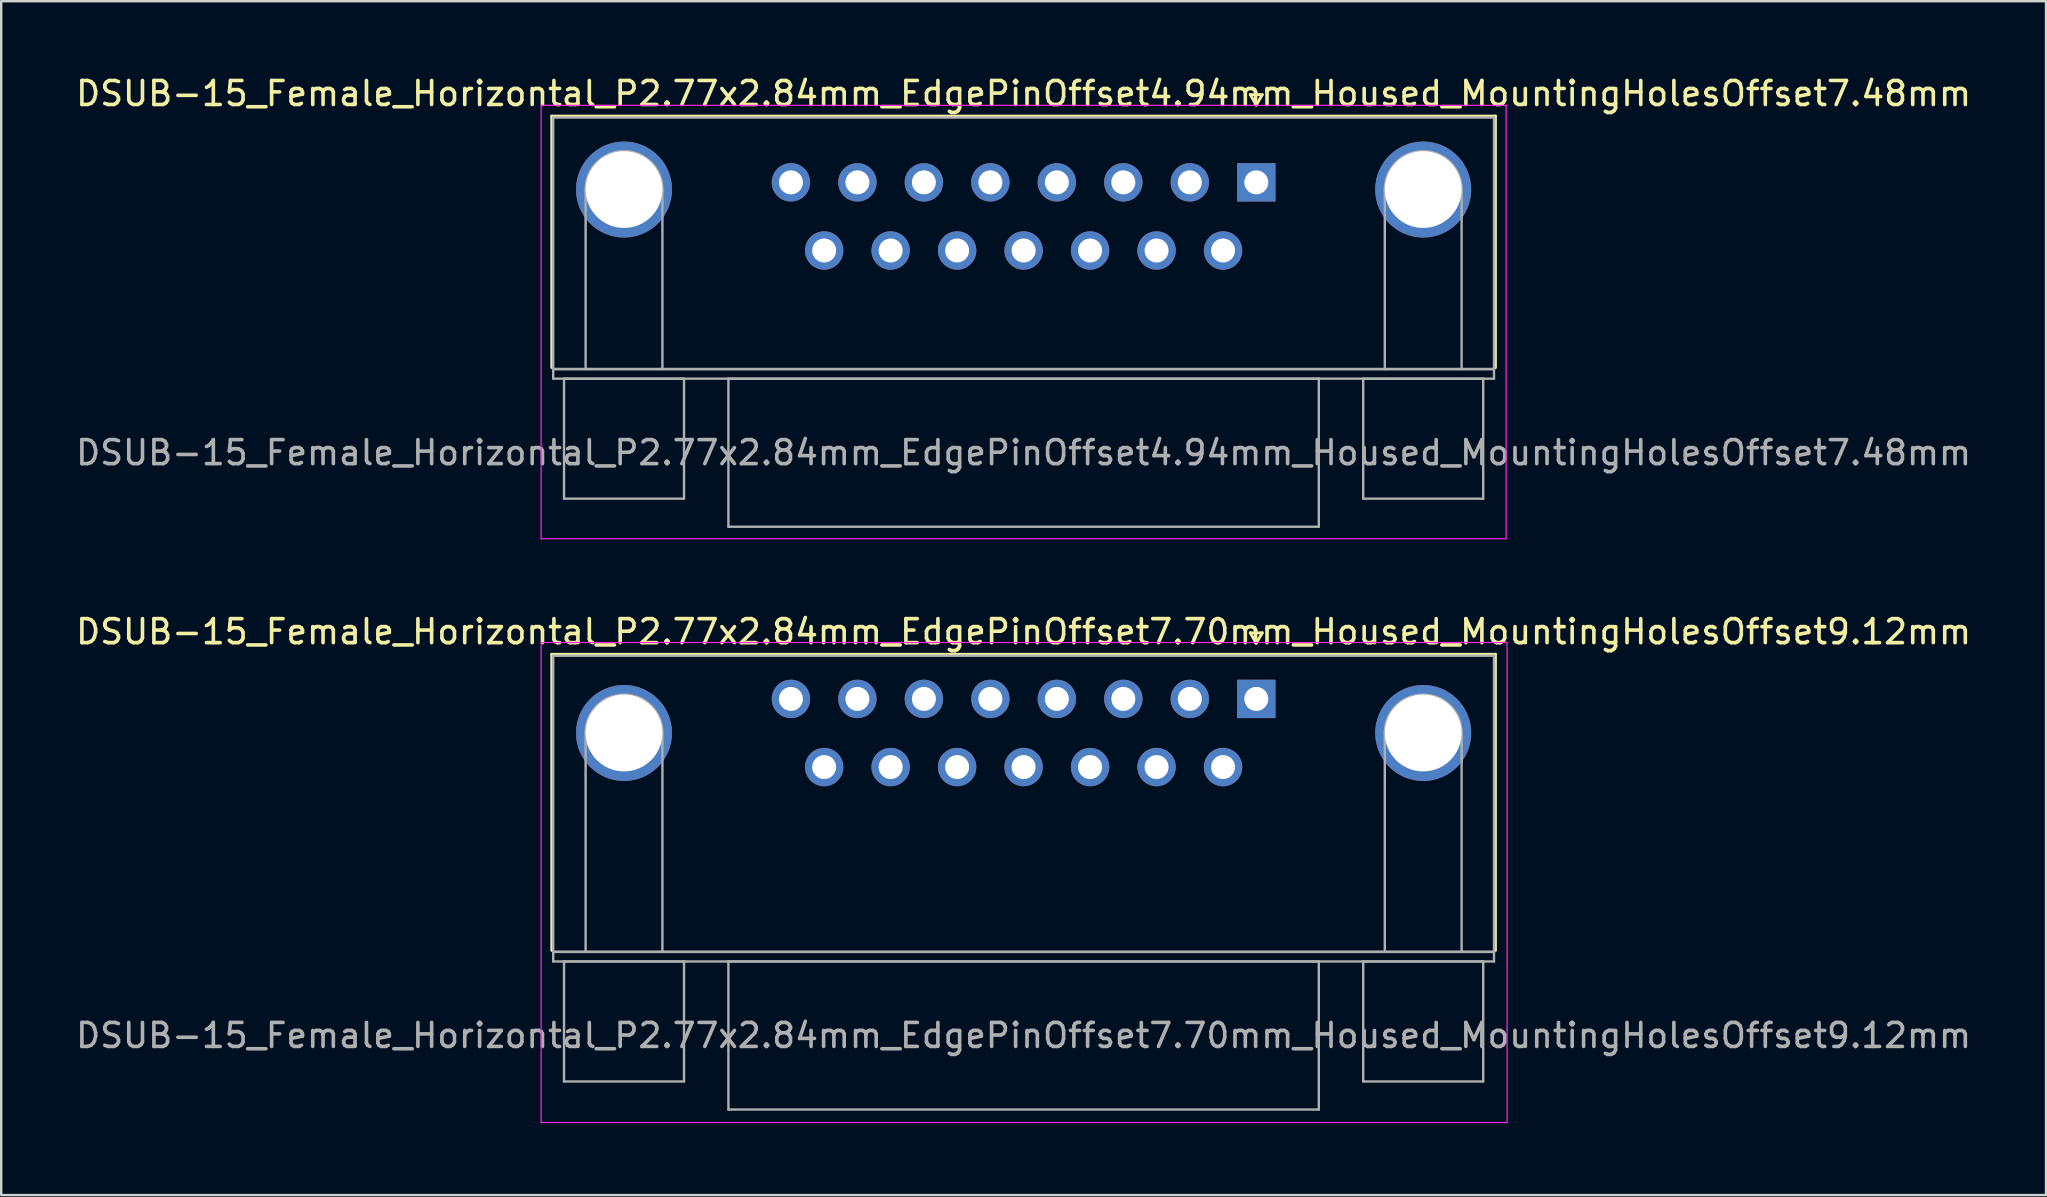
<source format=kicad_pcb>
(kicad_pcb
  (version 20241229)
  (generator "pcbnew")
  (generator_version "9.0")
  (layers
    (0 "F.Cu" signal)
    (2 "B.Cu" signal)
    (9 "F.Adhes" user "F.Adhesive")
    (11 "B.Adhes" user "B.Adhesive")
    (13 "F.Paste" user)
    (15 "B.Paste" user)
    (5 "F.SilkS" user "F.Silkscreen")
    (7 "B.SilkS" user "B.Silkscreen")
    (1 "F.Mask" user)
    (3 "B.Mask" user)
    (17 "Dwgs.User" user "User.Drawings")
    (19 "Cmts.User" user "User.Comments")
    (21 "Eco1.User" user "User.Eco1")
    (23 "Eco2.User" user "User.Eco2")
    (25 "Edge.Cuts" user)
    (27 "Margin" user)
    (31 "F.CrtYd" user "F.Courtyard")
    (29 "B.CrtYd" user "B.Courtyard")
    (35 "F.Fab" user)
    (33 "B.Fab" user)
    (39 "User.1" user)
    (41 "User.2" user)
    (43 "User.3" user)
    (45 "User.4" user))
  (footprint "DSUB-15_Female_Horizontal_P2.77x2.84mm_EdgePinOffset7.70mm_Housed_MountingHolesOffset9.12mm"
    (layer "F.Cu")
    (at 49.296 26.072)
    (property "Reference" "DSUB-15_Female_Horizontal_P2.77x2.84mm_EdgePinOffset7.70mm_Housed_MountingHolesOffset9.12mm" (at -9.695 -2.8 0) (layer "F.SilkS") (effects (font (size 1 1) (thickness 0.15))))
    (attr through_hole)
    (fp_line (start -29.355 -1.86) (end 9.965 -1.86) (stroke (width 0.12) (type solid)) (layer "F.SilkS"))
    (fp_line (start -29.355 10.48) (end -29.355 -1.86) (stroke (width 0.12) (type solid)) (layer "F.SilkS"))
    (fp_line (start -0.25 -2.754) (end 0.25 -2.754) (stroke (width 0.12) (type solid)) (layer "F.SilkS"))
    (fp_line (start 0 -2.321) (end -0.25 -2.754) (stroke (width 0.12) (type solid)) (layer "F.SilkS"))
    (fp_line (start 0.25 -2.754) (end 0 -2.321) (stroke (width 0.12) (type solid)) (layer "F.SilkS"))
    (fp_line (start 9.965 -1.86) (end 9.965 10.48) (stroke (width 0.12) (type solid)) (layer "F.SilkS"))
    (fp_line (start -29.8 -2.35) (end -29.8 17.65) (stroke (width 0.05) (type solid)) (layer "F.CrtYd"))
    (fp_line (start -29.8 17.65) (end 10.45 17.65) (stroke (width 0.05) (type solid)) (layer "F.CrtYd"))
    (fp_line (start 10.45 -2.35) (end -29.8 -2.35) (stroke (width 0.05) (type solid)) (layer "F.CrtYd"))
    (fp_line (start 10.45 17.65) (end 10.45 -2.35) (stroke (width 0.05) (type solid)) (layer "F.CrtYd"))
    (fp_line (start -29.295 -1.8) (end -29.295 10.54) (stroke (width 0.1) (type solid)) (layer "F.Fab"))
    (fp_line (start -29.295 10.54) (end -29.295 10.94) (stroke (width 0.1) (type solid)) (layer "F.Fab"))
    (fp_line (start -29.295 10.54) (end 9.905 10.54) (stroke (width 0.1) (type solid)) (layer "F.Fab"))
    (fp_line (start -29.295 10.94) (end 9.905 10.94) (stroke (width 0.1) (type solid)) (layer "F.Fab"))
    (fp_line (start -28.845 10.94) (end -28.845 15.94) (stroke (width 0.1) (type solid)) (layer "F.Fab"))
    (fp_line (start -28.845 15.94) (end -23.845 15.94) (stroke (width 0.1) (type solid)) (layer "F.Fab"))
    (fp_line (start -27.945 10.54) (end -27.945 1.42) (stroke (width 0.1) (type solid)) (layer "F.Fab"))
    (fp_line (start -24.745 10.54) (end -24.745 1.42) (stroke (width 0.1) (type solid)) (layer "F.Fab"))
    (fp_line (start -23.845 10.94) (end -28.845 10.94) (stroke (width 0.1) (type solid)) (layer "F.Fab"))
    (fp_line (start -23.845 15.94) (end -23.845 10.94) (stroke (width 0.1) (type solid)) (layer "F.Fab"))
    (fp_line (start -21.995 10.94) (end -21.995 17.11) (stroke (width 0.1) (type solid)) (layer "F.Fab"))
    (fp_line (start -21.995 17.11) (end 2.605 17.11) (stroke (width 0.1) (type solid)) (layer "F.Fab"))
    (fp_line (start 2.605 10.94) (end -21.995 10.94) (stroke (width 0.1) (type solid)) (layer "F.Fab"))
    (fp_line (start 2.605 17.11) (end 2.605 10.94) (stroke (width 0.1) (type solid)) (layer "F.Fab"))
    (fp_line (start 4.455 10.94) (end 4.455 15.94) (stroke (width 0.1) (type solid)) (layer "F.Fab"))
    (fp_line (start 4.455 15.94) (end 9.455 15.94) (stroke (width 0.1) (type solid)) (layer "F.Fab"))
    (fp_line (start 5.355 10.54) (end 5.355 1.42) (stroke (width 0.1) (type solid)) (layer "F.Fab"))
    (fp_line (start 8.555 10.54) (end 8.555 1.42) (stroke (width 0.1) (type solid)) (layer "F.Fab"))
    (fp_line (start 9.455 10.94) (end 4.455 10.94) (stroke (width 0.1) (type solid)) (layer "F.Fab"))
    (fp_line (start 9.455 15.94) (end 9.455 10.94) (stroke (width 0.1) (type solid)) (layer "F.Fab"))
    (fp_line (start 9.905 -1.8) (end -29.295 -1.8) (stroke (width 0.1) (type solid)) (layer "F.Fab"))
    (fp_line (start 9.905 10.54) (end -29.295 10.54) (stroke (width 0.1) (type solid)) (layer "F.Fab"))
    (fp_line (start 9.905 10.54) (end 9.905 -1.8) (stroke (width 0.1) (type solid)) (layer "F.Fab"))
    (fp_line (start 9.905 10.94) (end 9.905 10.54) (stroke (width 0.1) (type solid)) (layer "F.Fab"))
    (fp_arc (start -27.945 1.42) (mid -26.345 -0.18) (end -24.745 1.42) (stroke (width 0.1) (type solid)) (layer "F.Fab"))
    (fp_arc (start 5.355 1.42) (mid 6.955 -0.18) (end 8.555 1.42) (stroke (width 0.1) (type solid)) (layer "F.Fab"))
    (fp_text user "${REFERENCE}" (at -9.695 14.025 0) (layer "F.Fab") (effects (font (size 1 1) (thickness 0.15))))
    (pad "0" thru_hole circle (at -26.345 1.42) (size 4 4) (drill 3.2) (layers "*.Cu" "*.Mask"))
    (pad "0" thru_hole circle (at 6.955 1.42) (size 4 4) (drill 3.2) (layers "*.Cu" "*.Mask"))
    (pad "1" thru_hole rect (at 0 0) (size 1.6 1.6) (drill 1) (layers "*.Cu" "*.Mask"))
    (pad "2" thru_hole circle (at -2.77 0) (size 1.6 1.6) (drill 1) (layers "*.Cu" "*.Mask"))
    (pad "3" thru_hole circle (at -5.54 0) (size 1.6 1.6) (drill 1) (layers "*.Cu" "*.Mask"))
    (pad "4" thru_hole circle (at -8.31 0) (size 1.6 1.6) (drill 1) (layers "*.Cu" "*.Mask"))
    (pad "5" thru_hole circle (at -11.08 0) (size 1.6 1.6) (drill 1) (layers "*.Cu" "*.Mask"))
    (pad "6" thru_hole circle (at -13.85 0) (size 1.6 1.6) (drill 1) (layers "*.Cu" "*.Mask"))
    (pad "7" thru_hole circle (at -16.62 0) (size 1.6 1.6) (drill 1) (layers "*.Cu" "*.Mask"))
    (pad "8" thru_hole circle (at -19.39 0) (size 1.6 1.6) (drill 1) (layers "*.Cu" "*.Mask"))
    (pad "9" thru_hole circle (at -1.385 2.84) (size 1.6 1.6) (drill 1) (layers "*.Cu" "*.Mask"))
    (pad "10" thru_hole circle (at -4.155 2.84) (size 1.6 1.6) (drill 1) (layers "*.Cu" "*.Mask"))
    (pad "11" thru_hole circle (at -6.925 2.84) (size 1.6 1.6) (drill 1) (layers "*.Cu" "*.Mask"))
    (pad "12" thru_hole circle (at -9.695 2.84) (size 1.6 1.6) (drill 1) (layers "*.Cu" "*.Mask"))
    (pad "13" thru_hole circle (at -12.465 2.84) (size 1.6 1.6) (drill 1) (layers "*.Cu" "*.Mask"))
    (pad "14" thru_hole circle (at -15.235 2.84) (size 1.6 1.6) (drill 1) (layers "*.Cu" "*.Mask"))
    (pad "15" thru_hole circle (at -18.005 2.84) (size 1.6 1.6) (drill 1) (layers "*.Cu" "*.Mask")))
  (footprint "DSUB-15_Female_Horizontal_P2.77x2.84mm_EdgePinOffset4.94mm_Housed_MountingHolesOffset7.48mm"
    (layer "F.Cu")
    (at 49.296 4.548)
    (property "Reference" "DSUB-15_Female_Horizontal_P2.77x2.84mm_EdgePinOffset4.94mm_Housed_MountingHolesOffset7.48mm" (at -9.695 -3.7 0) (layer "F.SilkS") (effects (font (size 1 1) (thickness 0.15))))
    (attr through_hole)
    (fp_line (start -29.355 -2.76) (end 9.965 -2.76) (stroke (width 0.12) (type solid)) (layer "F.SilkS"))
    (fp_line (start -29.355 7.72) (end -29.355 -2.76) (stroke (width 0.12) (type solid)) (layer "F.SilkS"))
    (fp_line (start -0.25 -3.654) (end 0.25 -3.654) (stroke (width 0.12) (type solid)) (layer "F.SilkS"))
    (fp_line (start 0 -3.221) (end -0.25 -3.654) (stroke (width 0.12) (type solid)) (layer "F.SilkS"))
    (fp_line (start 0.25 -3.654) (end 0 -3.221) (stroke (width 0.12) (type solid)) (layer "F.SilkS"))
    (fp_line (start 9.965 -2.76) (end 9.965 7.72) (stroke (width 0.12) (type solid)) (layer "F.SilkS"))
    (fp_line (start -29.8 -3.21) (end -29.8 14.85) (stroke (width 0.05) (type solid)) (layer "F.CrtYd"))
    (fp_line (start -29.8 14.85) (end 10.41 14.85) (stroke (width 0.05) (type solid)) (layer "F.CrtYd"))
    (fp_line (start 10.41 -3.21) (end -29.8 -3.21) (stroke (width 0.05) (type solid)) (layer "F.CrtYd"))
    (fp_line (start 10.41 14.85) (end 10.41 -3.21) (stroke (width 0.05) (type solid)) (layer "F.CrtYd"))
    (fp_line (start -29.295 -2.7) (end -29.295 7.78) (stroke (width 0.1) (type solid)) (layer "F.Fab"))
    (fp_line (start -29.295 7.78) (end -29.295 8.18) (stroke (width 0.1) (type solid)) (layer "F.Fab"))
    (fp_line (start -29.295 7.78) (end 9.905 7.78) (stroke (width 0.1) (type solid)) (layer "F.Fab"))
    (fp_line (start -29.295 8.18) (end 9.905 8.18) (stroke (width 0.1) (type solid)) (layer "F.Fab"))
    (fp_line (start -28.845 8.18) (end -28.845 13.18) (stroke (width 0.1) (type solid)) (layer "F.Fab"))
    (fp_line (start -28.845 13.18) (end -23.845 13.18) (stroke (width 0.1) (type solid)) (layer "F.Fab"))
    (fp_line (start -27.945 7.78) (end -27.945 0.3) (stroke (width 0.1) (type solid)) (layer "F.Fab"))
    (fp_line (start -24.745 7.78) (end -24.745 0.3) (stroke (width 0.1) (type solid)) (layer "F.Fab"))
    (fp_line (start -23.845 8.18) (end -28.845 8.18) (stroke (width 0.1) (type solid)) (layer "F.Fab"))
    (fp_line (start -23.845 13.18) (end -23.845 8.18) (stroke (width 0.1) (type solid)) (layer "F.Fab"))
    (fp_line (start -21.995 8.18) (end -21.995 14.35) (stroke (width 0.1) (type solid)) (layer "F.Fab"))
    (fp_line (start -21.995 14.35) (end 2.605 14.35) (stroke (width 0.1) (type solid)) (layer "F.Fab"))
    (fp_line (start 2.605 8.18) (end -21.995 8.18) (stroke (width 0.1) (type solid)) (layer "F.Fab"))
    (fp_line (start 2.605 14.35) (end 2.605 8.18) (stroke (width 0.1) (type solid)) (layer "F.Fab"))
    (fp_line (start 4.455 8.18) (end 4.455 13.18) (stroke (width 0.1) (type solid)) (layer "F.Fab"))
    (fp_line (start 4.455 13.18) (end 9.455 13.18) (stroke (width 0.1) (type solid)) (layer "F.Fab"))
    (fp_line (start 5.355 7.78) (end 5.355 0.3) (stroke (width 0.1) (type solid)) (layer "F.Fab"))
    (fp_line (start 8.555 7.78) (end 8.555 0.3) (stroke (width 0.1) (type solid)) (layer "F.Fab"))
    (fp_line (start 9.455 8.18) (end 4.455 8.18) (stroke (width 0.1) (type solid)) (layer "F.Fab"))
    (fp_line (start 9.455 13.18) (end 9.455 8.18) (stroke (width 0.1) (type solid)) (layer "F.Fab"))
    (fp_line (start 9.905 -2.7) (end -29.295 -2.7) (stroke (width 0.1) (type solid)) (layer "F.Fab"))
    (fp_line (start 9.905 7.78) (end -29.295 7.78) (stroke (width 0.1) (type solid)) (layer "F.Fab"))
    (fp_line (start 9.905 7.78) (end 9.905 -2.7) (stroke (width 0.1) (type solid)) (layer "F.Fab"))
    (fp_line (start 9.905 8.18) (end 9.905 7.78) (stroke (width 0.1) (type solid)) (layer "F.Fab"))
    (fp_arc (start -27.945 0.3) (mid -26.345 -1.3) (end -24.745 0.3) (stroke (width 0.1) (type solid)) (layer "F.Fab"))
    (fp_arc (start 5.355 0.3) (mid 6.955 -1.3) (end 8.555 0.3) (stroke (width 0.1) (type solid)) (layer "F.Fab"))
    (fp_text user "${REFERENCE}" (at -9.695 11.265 0) (layer "F.Fab") (effects (font (size 1 1) (thickness 0.15))))
    (pad "0" thru_hole circle (at -26.345 0.3) (size 4 4) (drill 3.2) (layers "*.Cu" "*.Mask"))
    (pad "0" thru_hole circle (at 6.955 0.3) (size 4 4) (drill 3.2) (layers "*.Cu" "*.Mask"))
    (pad "1" thru_hole rect (at 0 0) (size 1.6 1.6) (drill 1) (layers "*.Cu" "*.Mask"))
    (pad "2" thru_hole circle (at -2.77 0) (size 1.6 1.6) (drill 1) (layers "*.Cu" "*.Mask"))
    (pad "3" thru_hole circle (at -5.54 0) (size 1.6 1.6) (drill 1) (layers "*.Cu" "*.Mask"))
    (pad "4" thru_hole circle (at -8.31 0) (size 1.6 1.6) (drill 1) (layers "*.Cu" "*.Mask"))
    (pad "5" thru_hole circle (at -11.08 0) (size 1.6 1.6) (drill 1) (layers "*.Cu" "*.Mask"))
    (pad "6" thru_hole circle (at -13.85 0) (size 1.6 1.6) (drill 1) (layers "*.Cu" "*.Mask"))
    (pad "7" thru_hole circle (at -16.62 0) (size 1.6 1.6) (drill 1) (layers "*.Cu" "*.Mask"))
    (pad "8" thru_hole circle (at -19.39 0) (size 1.6 1.6) (drill 1) (layers "*.Cu" "*.Mask"))
    (pad "9" thru_hole circle (at -1.385 2.84) (size 1.6 1.6) (drill 1) (layers "*.Cu" "*.Mask"))
    (pad "10" thru_hole circle (at -4.155 2.84) (size 1.6 1.6) (drill 1) (layers "*.Cu" "*.Mask"))
    (pad "11" thru_hole circle (at -6.925 2.84) (size 1.6 1.6) (drill 1) (layers "*.Cu" "*.Mask"))
    (pad "12" thru_hole circle (at -9.695 2.84) (size 1.6 1.6) (drill 1) (layers "*.Cu" "*.Mask"))
    (pad "13" thru_hole circle (at -12.465 2.84) (size 1.6 1.6) (drill 1) (layers "*.Cu" "*.Mask"))
    (pad "14" thru_hole circle (at -15.235 2.84) (size 1.6 1.6) (drill 1) (layers "*.Cu" "*.Mask"))
    (pad "15" thru_hole circle (at -18.005 2.84) (size 1.6 1.6) (drill 1) (layers "*.Cu" "*.Mask")))
  (gr_rect
    (start -3 -3)
    (end 82.202 46.746)
    (stroke (width 0.1) (type default))
    (fill no)
    (layer "Edge.Cuts")))
</source>
